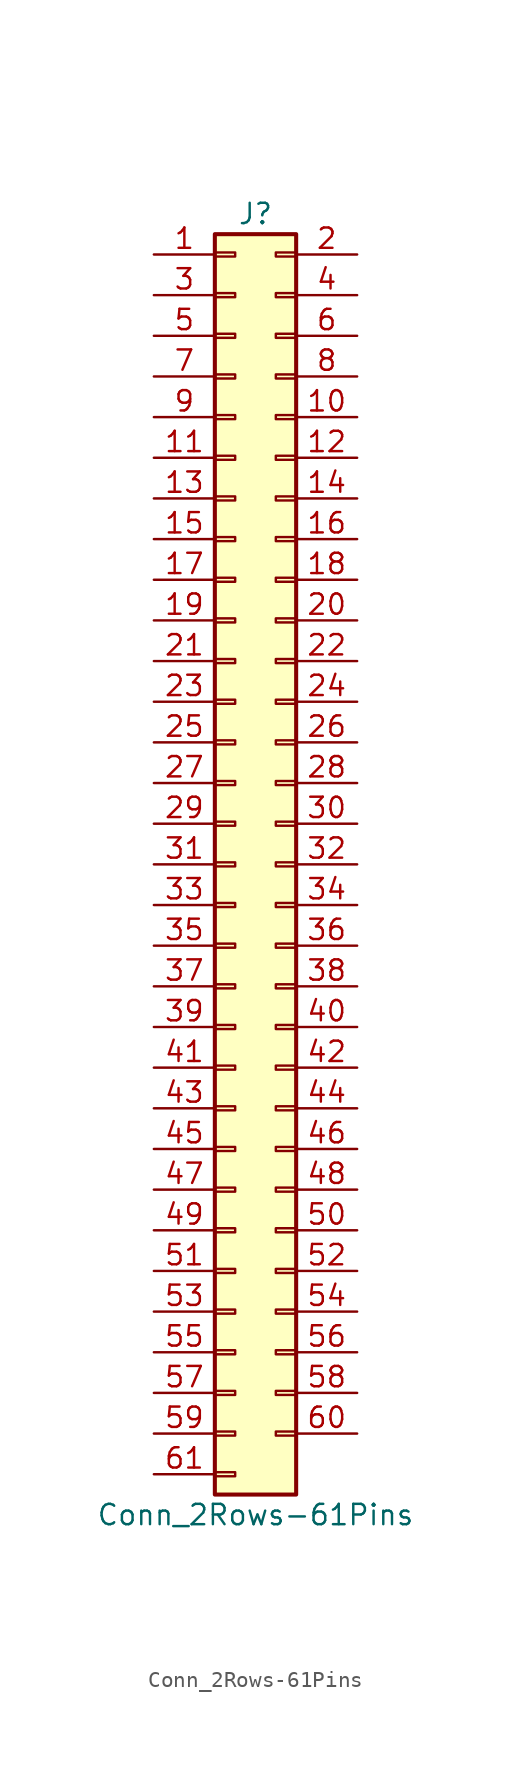
<source format=kicad_sym>
(kicad_symbol_lib
  (version 20220914)
  (generator kicad_symbol_editor)
  (symbol "Conn_2Rows-61Pins"
    (pin_names
      (offset 1.016) hide)
    (property "Reference" "J"
      (at 1.27 40.64 0)
      (effects (font (size 1.27 1.27))))
    (property "Value" "Conn_2Rows-61Pins"
      (at 1.27 -40.64 0)
      (effects (font (size 1.27 1.27))))
    (symbol "Conn_2Rows-61Pins_1_1"
      (rectangle (start -1.27 -37.973) (end 0 -38.227) (stroke (width 0.152) (type default)) (fill (type none)))
      (rectangle (start -1.27 -35.433) (end 0 -35.687) (stroke (width 0.152) (type default)) (fill (type none)))
      (rectangle (start -1.27 -32.893) (end 0 -33.147) (stroke (width 0.152) (type default)) (fill (type none)))
      (rectangle (start -1.27 -30.353) (end 0 -30.607) (stroke (width 0.152) (type default)) (fill (type none)))
      (rectangle (start -1.27 -27.813) (end 0 -28.067) (stroke (width 0.152) (type default)) (fill (type none)))
      (rectangle (start -1.27 -25.273) (end 0 -25.527) (stroke (width 0.152) (type default)) (fill (type none)))
      (rectangle (start -1.27 -22.733) (end 0 -22.987) (stroke (width 0.152) (type default)) (fill (type none)))
      (rectangle (start -1.27 -20.193) (end 0 -20.447) (stroke (width 0.152) (type default)) (fill (type none)))
      (rectangle (start -1.27 -17.653) (end 0 -17.907) (stroke (width 0.152) (type default)) (fill (type none)))
      (rectangle (start -1.27 -15.113) (end 0 -15.367) (stroke (width 0.152) (type default)) (fill (type none)))
      (rectangle (start -1.27 -12.573) (end 0 -12.827) (stroke (width 0.152) (type default)) (fill (type none)))
      (rectangle (start -1.27 -10.033) (end 0 -10.287) (stroke (width 0.152) (type default)) (fill (type none)))
      (rectangle (start -1.27 -7.493) (end 0 -7.747) (stroke (width 0.152) (type default)) (fill (type none)))
      (rectangle (start -1.27 -4.953) (end 0 -5.207) (stroke (width 0.152) (type default)) (fill (type none)))
      (rectangle (start -1.27 -2.413) (end 0 -2.667) (stroke (width 0.152) (type default)) (fill (type none)))
      (rectangle (start -1.27 0.127) (end 0 -0.127) (stroke (width 0.152) (type default)) (fill (type none)))
      (rectangle (start -1.27 2.667) (end 0 2.413) (stroke (width 0.152) (type default)) (fill (type none)))
      (rectangle (start -1.27 5.207) (end 0 4.953) (stroke (width 0.152) (type default)) (fill (type none)))
      (rectangle (start -1.27 7.747) (end 0 7.493) (stroke (width 0.152) (type default)) (fill (type none)))
      (rectangle (start -1.27 10.287) (end 0 10.033) (stroke (width 0.152) (type default)) (fill (type none)))
      (rectangle (start -1.27 12.827) (end 0 12.573) (stroke (width 0.152) (type default)) (fill (type none)))
      (rectangle (start -1.27 15.367) (end 0 15.113) (stroke (width 0.152) (type default)) (fill (type none)))
      (rectangle (start -1.27 17.907) (end 0 17.653) (stroke (width 0.152) (type default)) (fill (type none)))
      (rectangle (start -1.27 20.447) (end 0 20.193) (stroke (width 0.152) (type default)) (fill (type none)))
      (rectangle (start -1.27 22.987) (end 0 22.733) (stroke (width 0.152) (type default)) (fill (type none)))
      (rectangle (start -1.27 25.527) (end 0 25.273) (stroke (width 0.152) (type default)) (fill (type none)))
      (rectangle (start -1.27 28.067) (end 0 27.813) (stroke (width 0.152) (type default)) (fill (type none)))
      (rectangle (start -1.27 30.607) (end 0 30.353) (stroke (width 0.152) (type default)) (fill (type none)))
      (rectangle (start -1.27 33.147) (end 0 32.893) (stroke (width 0.152) (type default)) (fill (type none)))
      (rectangle (start -1.27 35.687) (end 0 35.433) (stroke (width 0.152) (type default)) (fill (type none)))
      (rectangle (start -1.27 38.227) (end 0 37.973) (stroke (width 0.152) (type default)) (fill (type none)))
      (rectangle (start -1.27 39.37) (end 3.81 -39.37) (stroke (width 0.254) (type default)) (fill (type background)))
      (rectangle (start 3.81 -35.433) (end 2.54 -35.687) (stroke (width 0.152) (type default)) (fill (type none)))
      (rectangle (start 3.81 -32.893) (end 2.54 -33.147) (stroke (width 0.152) (type default)) (fill (type none)))
      (rectangle (start 3.81 -30.353) (end 2.54 -30.607) (stroke (width 0.152) (type default)) (fill (type none)))
      (rectangle (start 3.81 -27.813) (end 2.54 -28.067) (stroke (width 0.152) (type default)) (fill (type none)))
      (rectangle (start 3.81 -25.273) (end 2.54 -25.527) (stroke (width 0.152) (type default)) (fill (type none)))
      (rectangle (start 3.81 -22.733) (end 2.54 -22.987) (stroke (width 0.152) (type default)) (fill (type none)))
      (rectangle (start 3.81 -20.193) (end 2.54 -20.447) (stroke (width 0.152) (type default)) (fill (type none)))
      (rectangle (start 3.81 -17.653) (end 2.54 -17.907) (stroke (width 0.152) (type default)) (fill (type none)))
      (rectangle (start 3.81 -15.113) (end 2.54 -15.367) (stroke (width 0.152) (type default)) (fill (type none)))
      (rectangle (start 3.81 -12.573) (end 2.54 -12.827) (stroke (width 0.152) (type default)) (fill (type none)))
      (rectangle (start 3.81 -10.033) (end 2.54 -10.287) (stroke (width 0.152) (type default)) (fill (type none)))
      (rectangle (start 3.81 -7.493) (end 2.54 -7.747) (stroke (width 0.152) (type default)) (fill (type none)))
      (rectangle (start 3.81 -4.953) (end 2.54 -5.207) (stroke (width 0.152) (type default)) (fill (type none)))
      (rectangle (start 3.81 -2.413) (end 2.54 -2.667) (stroke (width 0.152) (type default)) (fill (type none)))
      (rectangle (start 3.81 0.127) (end 2.54 -0.127) (stroke (width 0.152) (type default)) (fill (type none)))
      (rectangle (start 3.81 2.667) (end 2.54 2.413) (stroke (width 0.152) (type default)) (fill (type none)))
      (rectangle (start 3.81 5.207) (end 2.54 4.953) (stroke (width 0.152) (type default)) (fill (type none)))
      (rectangle (start 3.81 7.747) (end 2.54 7.493) (stroke (width 0.152) (type default)) (fill (type none)))
      (rectangle (start 3.81 10.287) (end 2.54 10.033) (stroke (width 0.152) (type default)) (fill (type none)))
      (rectangle (start 3.81 12.827) (end 2.54 12.573) (stroke (width 0.152) (type default)) (fill (type none)))
      (rectangle (start 3.81 15.367) (end 2.54 15.113) (stroke (width 0.152) (type default)) (fill (type none)))
      (rectangle (start 3.81 17.907) (end 2.54 17.653) (stroke (width 0.152) (type default)) (fill (type none)))
      (rectangle (start 3.81 20.447) (end 2.54 20.193) (stroke (width 0.152) (type default)) (fill (type none)))
      (rectangle (start 3.81 22.987) (end 2.54 22.733) (stroke (width 0.152) (type default)) (fill (type none)))
      (rectangle (start 3.81 25.527) (end 2.54 25.273) (stroke (width 0.152) (type default)) (fill (type none)))
      (rectangle (start 3.81 28.067) (end 2.54 27.813) (stroke (width 0.152) (type default)) (fill (type none)))
      (rectangle (start 3.81 30.607) (end 2.54 30.353) (stroke (width 0.152) (type default)) (fill (type none)))
      (rectangle (start 3.81 33.147) (end 2.54 32.893) (stroke (width 0.152) (type default)) (fill (type none)))
      (rectangle (start 3.81 35.687) (end 2.54 35.433) (stroke (width 0.152) (type default)) (fill (type none)))
      (rectangle (start 3.81 38.227) (end 2.54 37.973) (stroke (width 0.152) (type default)) (fill (type none)))
      (pin passive line (at -5.08 38.1 0) (length 3.81) (name "Pin_1" (effects (font (size 1.27 1.27)))) (number "1" (effects (font (size 1.27 1.27)))))
      (pin passive line (at 7.62 27.94 180) (length 3.81) (name "Pin_10" (effects (font (size 1.27 1.27)))) (number "10" (effects (font (size 1.27 1.27)))))
      (pin passive line (at -5.08 25.4 0) (length 3.81) (name "Pin_11" (effects (font (size 1.27 1.27)))) (number "11" (effects (font (size 1.27 1.27)))))
      (pin passive line (at 7.62 25.4 180) (length 3.81) (name "Pin_12" (effects (font (size 1.27 1.27)))) (number "12" (effects (font (size 1.27 1.27)))))
      (pin passive line (at -5.08 22.86 0) (length 3.81) (name "Pin_13" (effects (font (size 1.27 1.27)))) (number "13" (effects (font (size 1.27 1.27)))))
      (pin passive line (at 7.62 22.86 180) (length 3.81) (name "Pin_14" (effects (font (size 1.27 1.27)))) (number "14" (effects (font (size 1.27 1.27)))))
      (pin passive line (at -5.08 20.32 0) (length 3.81) (name "Pin_15" (effects (font (size 1.27 1.27)))) (number "15" (effects (font (size 1.27 1.27)))))
      (pin passive line (at 7.62 20.32 180) (length 3.81) (name "Pin_16" (effects (font (size 1.27 1.27)))) (number "16" (effects (font (size 1.27 1.27)))))
      (pin passive line (at -5.08 17.78 0) (length 3.81) (name "Pin_17" (effects (font (size 1.27 1.27)))) (number "17" (effects (font (size 1.27 1.27)))))
      (pin passive line (at 7.62 17.78 180) (length 3.81) (name "Pin_18" (effects (font (size 1.27 1.27)))) (number "18" (effects (font (size 1.27 1.27)))))
      (pin passive line (at -5.08 15.24 0) (length 3.81) (name "Pin_19" (effects (font (size 1.27 1.27)))) (number "19" (effects (font (size 1.27 1.27)))))
      (pin passive line (at 7.62 38.1 180) (length 3.81) (name "Pin_2" (effects (font (size 1.27 1.27)))) (number "2" (effects (font (size 1.27 1.27)))))
      (pin passive line (at 7.62 15.24 180) (length 3.81) (name "Pin_20" (effects (font (size 1.27 1.27)))) (number "20" (effects (font (size 1.27 1.27)))))
      (pin passive line (at -5.08 12.7 0) (length 3.81) (name "Pin_21" (effects (font (size 1.27 1.27)))) (number "21" (effects (font (size 1.27 1.27)))))
      (pin passive line (at 7.62 12.7 180) (length 3.81) (name "Pin_22" (effects (font (size 1.27 1.27)))) (number "22" (effects (font (size 1.27 1.27)))))
      (pin passive line (at -5.08 10.16 0) (length 3.81) (name "Pin_23" (effects (font (size 1.27 1.27)))) (number "23" (effects (font (size 1.27 1.27)))))
      (pin passive line (at 7.62 10.16 180) (length 3.81) (name "Pin_24" (effects (font (size 1.27 1.27)))) (number "24" (effects (font (size 1.27 1.27)))))
      (pin passive line (at -5.08 7.62 0) (length 3.81) (name "Pin_25" (effects (font (size 1.27 1.27)))) (number "25" (effects (font (size 1.27 1.27)))))
      (pin passive line (at 7.62 7.62 180) (length 3.81) (name "Pin_26" (effects (font (size 1.27 1.27)))) (number "26" (effects (font (size 1.27 1.27)))))
      (pin passive line (at -5.08 5.08 0) (length 3.81) (name "Pin_27" (effects (font (size 1.27 1.27)))) (number "27" (effects (font (size 1.27 1.27)))))
      (pin passive line (at 7.62 5.08 180) (length 3.81) (name "Pin_28" (effects (font (size 1.27 1.27)))) (number "28" (effects (font (size 1.27 1.27)))))
      (pin passive line (at -5.08 2.54 0) (length 3.81) (name "Pin_29" (effects (font (size 1.27 1.27)))) (number "29" (effects (font (size 1.27 1.27)))))
      (pin passive line (at -5.08 35.56 0) (length 3.81) (name "Pin_3" (effects (font (size 1.27 1.27)))) (number "3" (effects (font (size 1.27 1.27)))))
      (pin passive line (at 7.62 2.54 180) (length 3.81) (name "Pin_30" (effects (font (size 1.27 1.27)))) (number "30" (effects (font (size 1.27 1.27)))))
      (pin passive line (at -5.08 0 0) (length 3.81) (name "Pin_31" (effects (font (size 1.27 1.27)))) (number "31" (effects (font (size 1.27 1.27)))))
      (pin passive line (at 7.62 0 180) (length 3.81) (name "Pin_32" (effects (font (size 1.27 1.27)))) (number "32" (effects (font (size 1.27 1.27)))))
      (pin passive line (at -5.08 -2.54 0) (length 3.81) (name "Pin_33" (effects (font (size 1.27 1.27)))) (number "33" (effects (font (size 1.27 1.27)))))
      (pin passive line (at 7.62 -2.54 180) (length 3.81) (name "Pin_34" (effects (font (size 1.27 1.27)))) (number "34" (effects (font (size 1.27 1.27)))))
      (pin passive line (at -5.08 -5.08 0) (length 3.81) (name "Pin_35" (effects (font (size 1.27 1.27)))) (number "35" (effects (font (size 1.27 1.27)))))
      (pin passive line (at 7.62 -5.08 180) (length 3.81) (name "Pin_36" (effects (font (size 1.27 1.27)))) (number "36" (effects (font (size 1.27 1.27)))))
      (pin passive line (at -5.08 -7.62 0) (length 3.81) (name "Pin_37" (effects (font (size 1.27 1.27)))) (number "37" (effects (font (size 1.27 1.27)))))
      (pin passive line (at 7.62 -7.62 180) (length 3.81) (name "Pin_38" (effects (font (size 1.27 1.27)))) (number "38" (effects (font (size 1.27 1.27)))))
      (pin passive line (at -5.08 -10.16 0) (length 3.81) (name "Pin_39" (effects (font (size 1.27 1.27)))) (number "39" (effects (font (size 1.27 1.27)))))
      (pin passive line (at 7.62 35.56 180) (length 3.81) (name "Pin_4" (effects (font (size 1.27 1.27)))) (number "4" (effects (font (size 1.27 1.27)))))
      (pin passive line (at 7.62 -10.16 180) (length 3.81) (name "Pin_40" (effects (font (size 1.27 1.27)))) (number "40" (effects (font (size 1.27 1.27)))))
      (pin passive line (at -5.08 -12.7 0) (length 3.81) (name "Pin_41" (effects (font (size 1.27 1.27)))) (number "41" (effects (font (size 1.27 1.27)))))
      (pin passive line (at 7.62 -12.7 180) (length 3.81) (name "Pin_42" (effects (font (size 1.27 1.27)))) (number "42" (effects (font (size 1.27 1.27)))))
      (pin passive line (at -5.08 -15.24 0) (length 3.81) (name "Pin_43" (effects (font (size 1.27 1.27)))) (number "43" (effects (font (size 1.27 1.27)))))
      (pin passive line (at 7.62 -15.24 180) (length 3.81) (name "Pin_44" (effects (font (size 1.27 1.27)))) (number "44" (effects (font (size 1.27 1.27)))))
      (pin passive line (at -5.08 -17.78 0) (length 3.81) (name "Pin_45" (effects (font (size 1.27 1.27)))) (number "45" (effects (font (size 1.27 1.27)))))
      (pin passive line (at 7.62 -17.78 180) (length 3.81) (name "Pin_46" (effects (font (size 1.27 1.27)))) (number "46" (effects (font (size 1.27 1.27)))))
      (pin passive line (at -5.08 -20.32 0) (length 3.81) (name "Pin_47" (effects (font (size 1.27 1.27)))) (number "47" (effects (font (size 1.27 1.27)))))
      (pin passive line (at 7.62 -20.32 180) (length 3.81) (name "Pin_48" (effects (font (size 1.27 1.27)))) (number "48" (effects (font (size 1.27 1.27)))))
      (pin passive line (at -5.08 -22.86 0) (length 3.81) (name "Pin_49" (effects (font (size 1.27 1.27)))) (number "49" (effects (font (size 1.27 1.27)))))
      (pin passive line (at -5.08 33.02 0) (length 3.81) (name "Pin_5" (effects (font (size 1.27 1.27)))) (number "5" (effects (font (size 1.27 1.27)))))
      (pin passive line (at 7.62 -22.86 180) (length 3.81) (name "Pin_50" (effects (font (size 1.27 1.27)))) (number "50" (effects (font (size 1.27 1.27)))))
      (pin passive line (at -5.08 -25.4 0) (length 3.81) (name "Pin_51" (effects (font (size 1.27 1.27)))) (number "51" (effects (font (size 1.27 1.27)))))
      (pin passive line (at 7.62 -25.4 180) (length 3.81) (name "Pin_52" (effects (font (size 1.27 1.27)))) (number "52" (effects (font (size 1.27 1.27)))))
      (pin passive line (at -5.08 -27.94 0) (length 3.81) (name "Pin_53" (effects (font (size 1.27 1.27)))) (number "53" (effects (font (size 1.27 1.27)))))
      (pin passive line (at 7.62 -27.94 180) (length 3.81) (name "Pin_54" (effects (font (size 1.27 1.27)))) (number "54" (effects (font (size 1.27 1.27)))))
      (pin passive line (at -5.08 -30.48 0) (length 3.81) (name "Pin_55" (effects (font (size 1.27 1.27)))) (number "55" (effects (font (size 1.27 1.27)))))
      (pin passive line (at 7.62 -30.48 180) (length 3.81) (name "Pin_56" (effects (font (size 1.27 1.27)))) (number "56" (effects (font (size 1.27 1.27)))))
      (pin passive line (at -5.08 -33.02 0) (length 3.81) (name "Pin_57" (effects (font (size 1.27 1.27)))) (number "57" (effects (font (size 1.27 1.27)))))
      (pin passive line (at 7.62 -33.02 180) (length 3.81) (name "Pin_58" (effects (font (size 1.27 1.27)))) (number "58" (effects (font (size 1.27 1.27)))))
      (pin passive line (at -5.08 -35.56 0) (length 3.81) (name "Pin_59" (effects (font (size 1.27 1.27)))) (number "59" (effects (font (size 1.27 1.27)))))
      (pin passive line (at 7.62 33.02 180) (length 3.81) (name "Pin_6" (effects (font (size 1.27 1.27)))) (number "6" (effects (font (size 1.27 1.27)))))
      (pin passive line (at 7.62 -35.56 180) (length 3.81) (name "Pin_60" (effects (font (size 1.27 1.27)))) (number "60" (effects (font (size 1.27 1.27)))))
      (pin passive line (at -5.08 -38.1 0) (length 3.81) (name "Pin_61" (effects (font (size 1.27 1.27)))) (number "61" (effects (font (size 1.27 1.27)))))
      (pin passive line (at -5.08 30.48 0) (length 3.81) (name "Pin_7" (effects (font (size 1.27 1.27)))) (number "7" (effects (font (size 1.27 1.27)))))
      (pin passive line (at 7.62 30.48 180) (length 3.81) (name "Pin_8" (effects (font (size 1.27 1.27)))) (number "8" (effects (font (size 1.27 1.27)))))
      (pin passive line (at -5.08 27.94 0) (length 3.81) (name "Pin_9" (effects (font (size 1.27 1.27)))) (number "9" (effects (font (size 1.27 1.27))))))))
</source>
